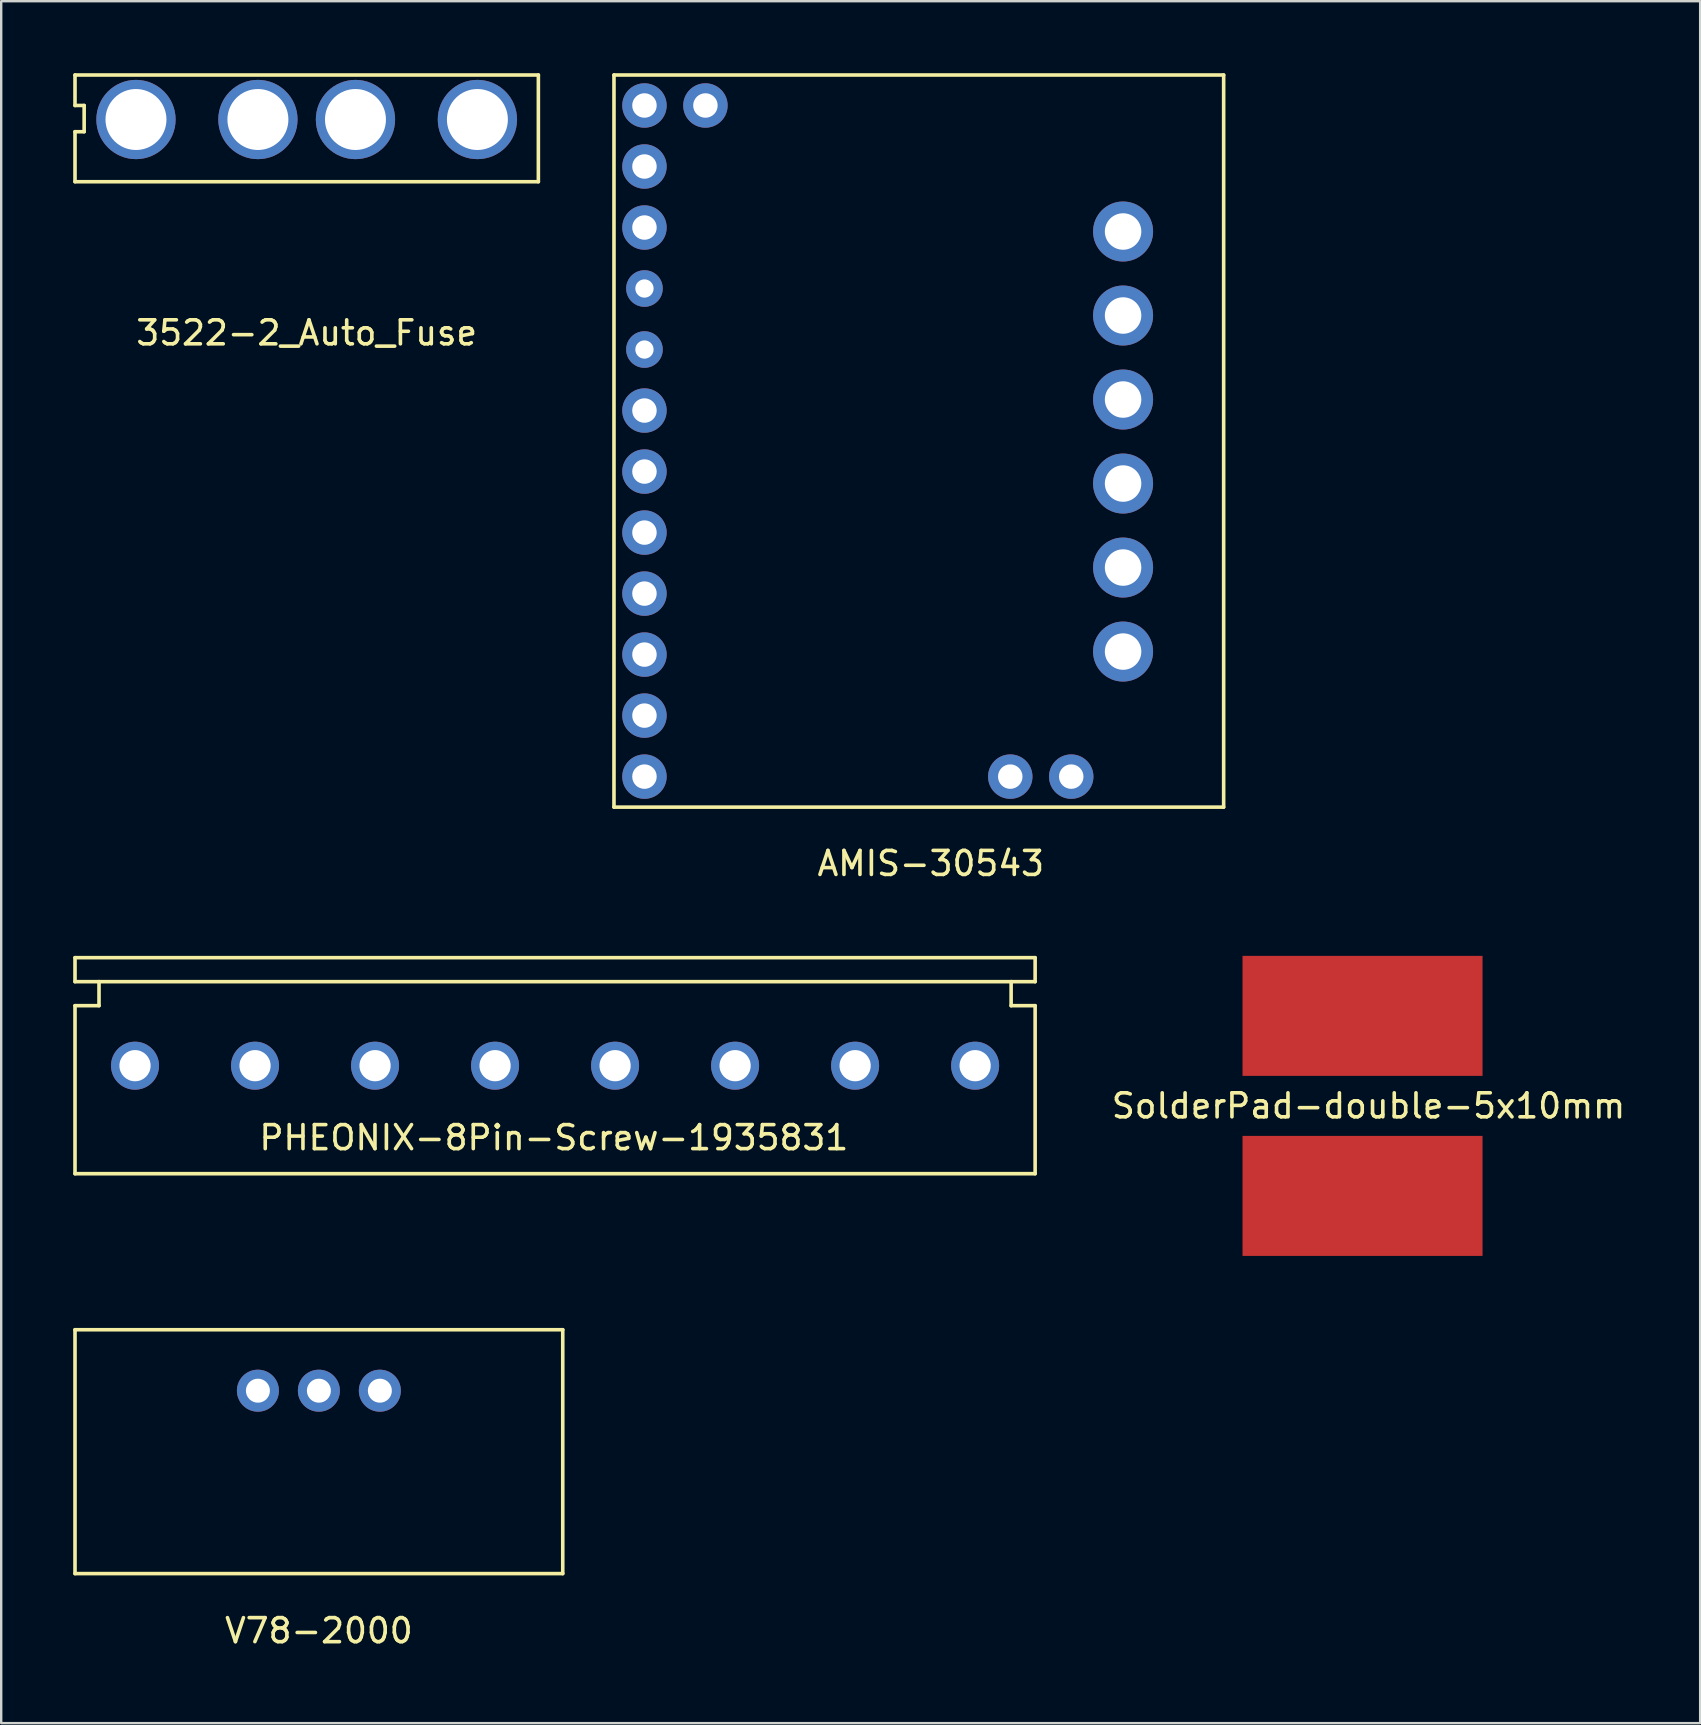
<source format=kicad_pcb>
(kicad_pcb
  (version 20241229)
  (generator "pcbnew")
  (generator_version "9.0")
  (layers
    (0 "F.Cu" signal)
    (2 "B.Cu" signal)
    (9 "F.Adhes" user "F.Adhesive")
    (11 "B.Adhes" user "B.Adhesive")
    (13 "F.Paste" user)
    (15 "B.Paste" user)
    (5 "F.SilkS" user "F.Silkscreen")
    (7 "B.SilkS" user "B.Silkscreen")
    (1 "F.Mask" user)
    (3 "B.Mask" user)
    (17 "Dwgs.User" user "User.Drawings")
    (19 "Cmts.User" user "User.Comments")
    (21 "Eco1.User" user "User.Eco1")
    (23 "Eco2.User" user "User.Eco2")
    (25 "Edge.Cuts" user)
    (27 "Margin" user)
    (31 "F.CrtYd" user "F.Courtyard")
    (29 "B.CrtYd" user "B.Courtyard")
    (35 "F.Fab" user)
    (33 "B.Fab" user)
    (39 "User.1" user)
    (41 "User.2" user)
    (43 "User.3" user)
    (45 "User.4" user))
  (footprint "SolderPad-double-5x10mm"
    (layer "F.Cu")
    (at 53.715 43.023)
    (property "Reference" "SolderPad-double-5x10mm" (at 0.25 0 0) (layer "F.SilkS") (effects (font (size 1 1) (thickness 0.15))))
    (attr through_hole)
    (pad "1" smd rect (at 0 -3.75) (size 10 5) (layers "F.Cu" "F.Mask" "F.Paste"))
    (pad "2" smd rect (at 0 3.75) (size 10 5) (layers "F.Cu" "F.Mask" "F.Paste")))
  (footprint "PHEONIX-8Pin-Screw-1935831"
    (layer "F.Cu")
    (at 20.075 41.348)
    (property "Reference" "PHEONIX-8Pin-Screw-1935831" (at -0.051 3 0) (layer "F.SilkS") (effects (font (size 1 1) (thickness 0.15))))
    (attr through_hole)
    (fp_line (start -20 -4.5) (end -20 -3.5) (stroke (width 0.15) (type solid)) (layer "F.SilkS"))
    (fp_line (start -20 -4.5) (end 20 -4.5) (stroke (width 0.15) (type solid)) (layer "F.SilkS"))
    (fp_line (start -20 -3.5) (end -19 -3.5) (stroke (width 0.15) (type solid)) (layer "F.SilkS"))
    (fp_line (start -20 -2.5) (end -20 4.5) (stroke (width 0.15) (type solid)) (layer "F.SilkS"))
    (fp_line (start -20 4.5) (end 20 4.5) (stroke (width 0.15) (type solid)) (layer "F.SilkS"))
    (fp_line (start -19 -3.5) (end -19 -2.5) (stroke (width 0.15) (type solid)) (layer "F.SilkS"))
    (fp_line (start -19 -3.5) (end 19 -3.5) (stroke (width 0.15) (type solid)) (layer "F.SilkS"))
    (fp_line (start -19 -2.5) (end -20 -2.5) (stroke (width 0.15) (type solid)) (layer "F.SilkS"))
    (fp_line (start 19 -3.5) (end 20 -3.5) (stroke (width 0.15) (type solid)) (layer "F.SilkS"))
    (fp_line (start 19 -2.5) (end 19 -3.5) (stroke (width 0.15) (type solid)) (layer "F.SilkS"))
    (fp_line (start 20 -3.5) (end 20 -4.5) (stroke (width 0.15) (type solid)) (layer "F.SilkS"))
    (fp_line (start 20 -2.5) (end 19 -2.5) (stroke (width 0.15) (type solid)) (layer "F.SilkS"))
    (fp_line (start 20 4.5) (end 20 -2.5) (stroke (width 0.15) (type solid)) (layer "F.SilkS"))
    (pad "1" thru_hole circle (at -17.5 0) (size 2 2) (drill 1.3) (layers "*.Cu" "*.Mask"))
    (pad "2" thru_hole circle (at -12.5 0) (size 2 2) (drill 1.3) (layers "*.Cu" "*.Mask"))
    (pad "3" thru_hole circle (at -7.5 0) (size 2 2) (drill 1.3) (layers "*.Cu" "*.Mask"))
    (pad "4" thru_hole circle (at -2.5 0) (size 2 2) (drill 1.3) (layers "*.Cu" "*.Mask"))
    (pad "5" thru_hole circle (at 2.5 0) (size 2 2) (drill 1.3) (layers "*.Cu" "*.Mask"))
    (pad "6" thru_hole circle (at 7.5 0) (size 2 2) (drill 1.3) (layers "*.Cu" "*.Mask"))
    (pad "7" thru_hole circle (at 12.5 0) (size 2 2) (drill 1.3) (layers "*.Cu" "*.Mask"))
    (pad "8" thru_hole circle (at 17.5 0) (size 2 2) (drill 1.3) (layers "*.Cu" "*.Mask")))
  (footprint "V78-2000"
    (layer "F.Cu")
    (at 10.235 54.888)
    (property "Reference" "V78-2000" (at 0 10 0) (layer "F.SilkS") (effects (font (size 1 1) (thickness 0.15))))
    (attr through_hole)
    (fp_line (start -10.16 -2.54) (end 10.16 -2.54) (stroke (width 0.15) (type solid)) (layer "F.SilkS"))
    (fp_line (start -10.16 7.62) (end -10.16 -2.54) (stroke (width 0.15) (type solid)) (layer "F.SilkS"))
    (fp_line (start 10.16 -2.54) (end 10.16 7.62) (stroke (width 0.15) (type solid)) (layer "F.SilkS"))
    (fp_line (start 10.16 7.62) (end -10.16 7.62) (stroke (width 0.15) (type solid)) (layer "F.SilkS"))
    (pad "1" thru_hole circle (at -2.54 0) (size 1.75 1.75) (drill 1) (layers "*.Cu" "*.Mask"))
    (pad "2" thru_hole circle (at 0 0) (size 1.75 1.75) (drill 1) (layers "*.Cu" "*.Mask"))
    (pad "3" thru_hole circle (at 2.54 0) (size 1.75 1.75) (drill 1) (layers "*.Cu" "*.Mask")))
  (footprint "3522-2_Auto_Fuse"
    (layer "F.Cu")
    (at 9.727 1.929)
    (property "Reference" "3522-2_Auto_Fuse" (at 0 8.89 0) (layer "F.SilkS") (effects (font (size 1 1) (thickness 0.15))))
    (attr through_hole)
    (fp_line (start -9.652 -1.854) (end -9.652 -0.584) (stroke (width 0.15) (type solid)) (layer "F.SilkS"))
    (fp_line (start -9.652 -1.854) (end 9.652 -1.854) (stroke (width 0.15) (type solid)) (layer "F.SilkS"))
    (fp_line (start -9.652 -0.584) (end -9.271 -0.584) (stroke (width 0.15) (type solid)) (layer "F.SilkS"))
    (fp_line (start -9.652 0.508) (end -9.652 2.591) (stroke (width 0.15) (type solid)) (layer "F.SilkS"))
    (fp_line (start -9.271 -0.584) (end -9.271 0.508) (stroke (width 0.15) (type solid)) (layer "F.SilkS"))
    (fp_line (start -9.271 0.508) (end -9.652 0.508) (stroke (width 0.15) (type solid)) (layer "F.SilkS"))
    (fp_line (start 9.652 -1.854) (end 9.652 2.591) (stroke (width 0.15) (type solid)) (layer "F.SilkS"))
    (fp_line (start 9.652 2.591) (end -9.652 2.591) (stroke (width 0.15) (type solid)) (layer "F.SilkS"))
    (pad "1" thru_hole circle (at -7.112 0) (size 3.302 3.302) (drill 2.54) (layers "*.Cu" "*.Mask"))
    (pad "1" thru_hole circle (at -2.032 0) (size 3.302 3.302) (drill 2.54) (layers "*.Cu" "*.Mask"))
    (pad "2" thru_hole circle (at 2.032 0) (size 3.302 3.302) (drill 2.54) (layers "*.Cu" "*.Mask"))
    (pad "2" thru_hole circle (at 7.112 0) (size 3.302 3.302) (drill 2.54) (layers "*.Cu" "*.Mask")))
  (footprint "AMIS-30543"
    (layer "F.Cu")
    (at 35.229 15.325)
    (property "Reference" "AMIS-30543" (at 0.5 17.6 0) (layer "F.SilkS") (effects (font (size 1 1) (thickness 0.15))))
    (attr through_hole)
    (fp_line (start -12.7 -15.25) (end 12.7 -15.25) (stroke (width 0.15) (type solid)) (layer "F.SilkS"))
    (fp_line (start -12.7 15.25) (end -12.7 -15.25) (stroke (width 0.15) (type solid)) (layer "F.SilkS"))
    (fp_line (start 12.7 -15.25) (end 12.7 15.25) (stroke (width 0.15) (type solid)) (layer "F.SilkS"))
    (fp_line (start 12.7 15.25) (end -12.7 15.25) (stroke (width 0.15) (type solid)) (layer "F.SilkS"))
    (pad "1" thru_hole circle (at -8.89 -13.98) (size 1.85 1.85) (drill 1.02) (layers "*.Cu" "*.Mask"))
    (pad "2" thru_hole circle (at -11.43 -13.98) (size 1.85 1.85) (drill 1.02) (layers "*.Cu" "*.Mask"))
    (pad "3" thru_hole circle (at -11.43 -11.438) (size 1.85 1.85) (drill 1.02) (layers "*.Cu" "*.Mask"))
    (pad "4" thru_hole circle (at -11.43 -8.896) (size 1.85 1.85) (drill 1.02) (layers "*.Cu" "*.Mask"))
    (pad "5" thru_hole circle (at -11.43 -6.355) (size 1.524 1.524) (drill 0.762) (layers "*.Cu" "*.Mask"))
    (pad "6" thru_hole circle (at -11.43 -3.813) (size 1.524 1.524) (drill 0.762) (layers "*.Cu" "*.Mask"))
    (pad "7" thru_hole circle (at -11.43 -1.271) (size 1.85 1.85) (drill 1.02) (layers "*.Cu" "*.Mask"))
    (pad "8" thru_hole circle (at -11.43 1.271) (size 1.85 1.85) (drill 1.02) (layers "*.Cu" "*.Mask"))
    (pad "9" thru_hole circle (at -11.43 3.813) (size 1.85 1.85) (drill 1.02) (layers "*.Cu" "*.Mask"))
    (pad "10" thru_hole circle (at -11.43 6.355) (size 1.85 1.85) (drill 1.02) (layers "*.Cu" "*.Mask"))
    (pad "11" thru_hole circle (at -11.43 8.896) (size 1.85 1.85) (drill 1.02) (layers "*.Cu" "*.Mask"))
    (pad "12" thru_hole circle (at -11.43 11.438) (size 1.85 1.85) (drill 1.02) (layers "*.Cu" "*.Mask"))
    (pad "13" thru_hole circle (at -11.43 13.98) (size 1.85 1.85) (drill 1.02) (layers "*.Cu" "*.Mask"))
    (pad "14" thru_hole circle (at 8.51 -8.73) (size 2.5 2.5) (drill 1.52) (layers "*.Cu" "*.Mask"))
    (pad "15" thru_hole circle (at 8.51 -5.23) (size 2.5 2.5) (drill 1.52) (layers "*.Cu" "*.Mask"))
    (pad "16" thru_hole circle (at 8.51 -1.73) (size 2.5 2.5) (drill 1.52) (layers "*.Cu" "*.Mask"))
    (pad "17" thru_hole circle (at 8.51 1.77) (size 2.5 2.5) (drill 1.52) (layers "*.Cu" "*.Mask"))
    (pad "18" thru_hole circle (at 8.51 5.27) (size 2.5 2.5) (drill 1.52) (layers "*.Cu" "*.Mask"))
    (pad "19" thru_hole circle (at 8.51 8.77) (size 2.5 2.5) (drill 1.52) (layers "*.Cu" "*.Mask"))
    (pad "20" thru_hole circle (at 6.35 13.98) (size 1.85 1.85) (drill 1.02) (layers "*.Cu" "*.Mask"))
    (pad "21" thru_hole circle (at 3.81 13.98) (size 1.85 1.85) (drill 1.02) (layers "*.Cu" "*.Mask")))
  (gr_rect
    (start -3 -3)
    (end 67.781 68.737)
    (stroke (width 0.1) (type default))
    (fill no)
    (layer "Edge.Cuts")))
</source>
